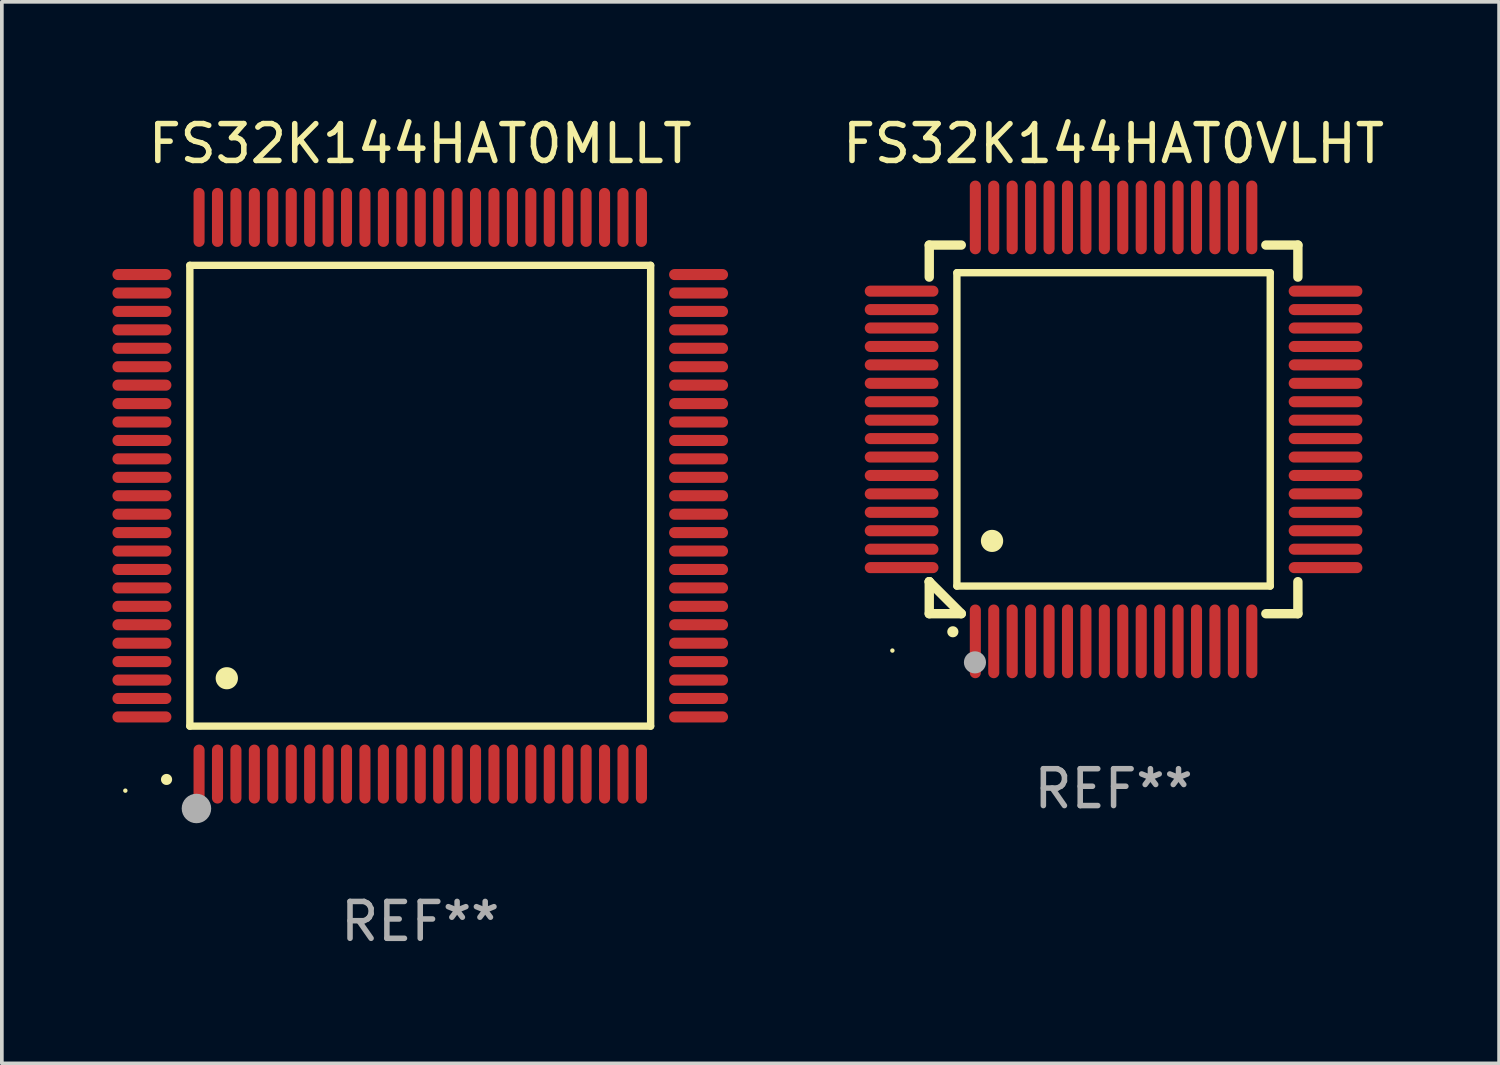
<source format=kicad_pcb>
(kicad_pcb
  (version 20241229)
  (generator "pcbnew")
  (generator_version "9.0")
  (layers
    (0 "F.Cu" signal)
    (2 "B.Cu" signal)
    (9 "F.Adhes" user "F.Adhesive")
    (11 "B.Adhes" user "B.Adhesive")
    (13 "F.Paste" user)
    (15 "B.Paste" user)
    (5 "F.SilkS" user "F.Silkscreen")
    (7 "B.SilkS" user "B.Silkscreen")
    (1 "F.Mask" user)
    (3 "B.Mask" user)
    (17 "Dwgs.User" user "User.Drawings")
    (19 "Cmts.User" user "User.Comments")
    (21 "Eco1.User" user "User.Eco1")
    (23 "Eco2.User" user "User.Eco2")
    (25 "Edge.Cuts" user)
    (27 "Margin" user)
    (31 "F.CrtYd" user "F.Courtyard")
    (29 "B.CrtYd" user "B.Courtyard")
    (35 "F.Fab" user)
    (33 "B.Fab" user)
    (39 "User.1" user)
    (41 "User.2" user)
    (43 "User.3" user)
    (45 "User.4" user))
  (footprint "FS32K144HAT0MLLT"
    (layer "F.Cu")
    (at 8.35 10.398)
    (property "Reference" "FS32K144HAT0MLLT" (at 0 -9.55 0) (layer "F.SilkS") (effects (font (size 1 1) (thickness 0.15))))
    (attr through_hole)
    (fp_line (start -6.25 -6.25) (end -6.25 6.25) (stroke (width 0.2) (type solid)) (layer "F.SilkS"))
    (fp_line (start -6.25 6.25) (end 6.25 6.25) (stroke (width 0.2) (type solid)) (layer "F.SilkS"))
    (fp_line (start 6.25 -6.25) (end -6.25 -6.25) (stroke (width 0.2) (type solid)) (layer "F.SilkS"))
    (fp_line (start 6.25 6.25) (end 6.25 -6.25) (stroke (width 0.2) (type solid)) (layer "F.SilkS"))
    (fp_arc (start -6.883414 7.696215) (mid -6.882144 7.69621) (end -6.880874 7.696215) (stroke (width 0.3) (type solid)) (layer "F.SilkS"))
    (fp_arc (start -5.250191 4.95047) (mid -5.247651 4.950459) (end -5.245111 4.95047) (stroke (width 0.6) (type solid)) (layer "F.SilkS"))
    (fp_circle (center -8 8) (end -7.97 8) (stroke (width 0.06) (type solid)) (fill no) (layer "F.SilkS"))
    (fp_circle (center -6.071 8.484) (end -5.871 8.484) (stroke (width 0.4) (type solid)) (fill no) (layer "F.Fab"))
    (fp_text user "REF**" (at 0 11.55 0) (layer "F.Fab") (effects (font (size 1 1) (thickness 0.15))))
    (pad "1" smd oval (at -6 7.55) (size 0.3 1.6) (layers "F.Cu" "F.Mask" "F.Paste"))
    (pad "2" smd oval (at -5.5 7.55) (size 0.3 1.6) (layers "F.Cu" "F.Mask" "F.Paste"))
    (pad "3" smd oval (at -5 7.55) (size 0.3 1.6) (layers "F.Cu" "F.Mask" "F.Paste"))
    (pad "4" smd oval (at -4.5 7.55) (size 0.3 1.6) (layers "F.Cu" "F.Mask" "F.Paste"))
    (pad "5" smd oval (at -4 7.55) (size 0.3 1.6) (layers "F.Cu" "F.Mask" "F.Paste"))
    (pad "6" smd oval (at -3.5 7.55) (size 0.3 1.6) (layers "F.Cu" "F.Mask" "F.Paste"))
    (pad "7" smd oval (at -3 7.55) (size 0.3 1.6) (layers "F.Cu" "F.Mask" "F.Paste"))
    (pad "8" smd oval (at -2.5 7.55) (size 0.3 1.6) (layers "F.Cu" "F.Mask" "F.Paste"))
    (pad "9" smd oval (at -2 7.55) (size 0.3 1.6) (layers "F.Cu" "F.Mask" "F.Paste"))
    (pad "10" smd oval (at -1.5 7.55) (size 0.3 1.6) (layers "F.Cu" "F.Mask" "F.Paste"))
    (pad "11" smd oval (at -1 7.55) (size 0.3 1.6) (layers "F.Cu" "F.Mask" "F.Paste"))
    (pad "12" smd oval (at -0.5 7.55) (size 0.3 1.6) (layers "F.Cu" "F.Mask" "F.Paste"))
    (pad "13" smd oval (at 0 7.55) (size 0.3 1.6) (layers "F.Cu" "F.Mask" "F.Paste"))
    (pad "14" smd oval (at 0.5 7.55) (size 0.3 1.6) (layers "F.Cu" "F.Mask" "F.Paste"))
    (pad "15" smd oval (at 1 7.55) (size 0.3 1.6) (layers "F.Cu" "F.Mask" "F.Paste"))
    (pad "16" smd oval (at 1.5 7.55) (size 0.3 1.6) (layers "F.Cu" "F.Mask" "F.Paste"))
    (pad "17" smd oval (at 2 7.55) (size 0.3 1.6) (layers "F.Cu" "F.Mask" "F.Paste"))
    (pad "18" smd oval (at 2.5 7.55) (size 0.3 1.6) (layers "F.Cu" "F.Mask" "F.Paste"))
    (pad "19" smd oval (at 3 7.55) (size 0.3 1.6) (layers "F.Cu" "F.Mask" "F.Paste"))
    (pad "20" smd oval (at 3.5 7.55) (size 0.3 1.6) (layers "F.Cu" "F.Mask" "F.Paste"))
    (pad "21" smd oval (at 4 7.55) (size 0.3 1.6) (layers "F.Cu" "F.Mask" "F.Paste"))
    (pad "22" smd oval (at 4.5 7.55) (size 0.3 1.6) (layers "F.Cu" "F.Mask" "F.Paste"))
    (pad "23" smd oval (at 5 7.55) (size 0.3 1.6) (layers "F.Cu" "F.Mask" "F.Paste"))
    (pad "24" smd oval (at 5.5 7.55) (size 0.3 1.6) (layers "F.Cu" "F.Mask" "F.Paste"))
    (pad "25" smd oval (at 6 7.55) (size 0.3 1.6) (layers "F.Cu" "F.Mask" "F.Paste"))
    (pad "26" smd oval (at 7.55 6) (size 1.6 0.3) (layers "F.Cu" "F.Mask" "F.Paste"))
    (pad "27" smd oval (at 7.55 5.5) (size 1.6 0.3) (layers "F.Cu" "F.Mask" "F.Paste"))
    (pad "28" smd oval (at 7.55 5) (size 1.6 0.3) (layers "F.Cu" "F.Mask" "F.Paste"))
    (pad "29" smd oval (at 7.55 4.5) (size 1.6 0.3) (layers "F.Cu" "F.Mask" "F.Paste"))
    (pad "30" smd oval (at 7.55 4) (size 1.6 0.3) (layers "F.Cu" "F.Mask" "F.Paste"))
    (pad "31" smd oval (at 7.55 3.5) (size 1.6 0.3) (layers "F.Cu" "F.Mask" "F.Paste"))
    (pad "32" smd oval (at 7.55 3) (size 1.6 0.3) (layers "F.Cu" "F.Mask" "F.Paste"))
    (pad "33" smd oval (at 7.55 2.5) (size 1.6 0.3) (layers "F.Cu" "F.Mask" "F.Paste"))
    (pad "34" smd oval (at 7.55 2) (size 1.6 0.3) (layers "F.Cu" "F.Mask" "F.Paste"))
    (pad "35" smd oval (at 7.55 1.5) (size 1.6 0.3) (layers "F.Cu" "F.Mask" "F.Paste"))
    (pad "36" smd oval (at 7.55 1) (size 1.6 0.3) (layers "F.Cu" "F.Mask" "F.Paste"))
    (pad "37" smd oval (at 7.55 0.5) (size 1.6 0.3) (layers "F.Cu" "F.Mask" "F.Paste"))
    (pad "38" smd oval (at 7.55 0) (size 1.6 0.3) (layers "F.Cu" "F.Mask" "F.Paste"))
    (pad "39" smd oval (at 7.55 -0.5) (size 1.6 0.3) (layers "F.Cu" "F.Mask" "F.Paste"))
    (pad "40" smd oval (at 7.55 -1) (size 1.6 0.3) (layers "F.Cu" "F.Mask" "F.Paste"))
    (pad "41" smd oval (at 7.55 -1.5) (size 1.6 0.3) (layers "F.Cu" "F.Mask" "F.Paste"))
    (pad "42" smd oval (at 7.55 -2) (size 1.6 0.3) (layers "F.Cu" "F.Mask" "F.Paste"))
    (pad "43" smd oval (at 7.55 -2.5) (size 1.6 0.3) (layers "F.Cu" "F.Mask" "F.Paste"))
    (pad "44" smd oval (at 7.55 -3) (size 1.6 0.3) (layers "F.Cu" "F.Mask" "F.Paste"))
    (pad "45" smd oval (at 7.55 -3.5) (size 1.6 0.3) (layers "F.Cu" "F.Mask" "F.Paste"))
    (pad "46" smd oval (at 7.55 -4) (size 1.6 0.3) (layers "F.Cu" "F.Mask" "F.Paste"))
    (pad "47" smd oval (at 7.55 -4.5) (size 1.6 0.3) (layers "F.Cu" "F.Mask" "F.Paste"))
    (pad "48" smd oval (at 7.55 -5) (size 1.6 0.3) (layers "F.Cu" "F.Mask" "F.Paste"))
    (pad "49" smd oval (at 7.55 -5.5) (size 1.6 0.3) (layers "F.Cu" "F.Mask" "F.Paste"))
    (pad "50" smd oval (at 7.55 -6) (size 1.6 0.3) (layers "F.Cu" "F.Mask" "F.Paste"))
    (pad "51" smd oval (at 6 -7.55) (size 0.3 1.6) (layers "F.Cu" "F.Mask" "F.Paste"))
    (pad "52" smd oval (at 5.5 -7.55) (size 0.3 1.6) (layers "F.Cu" "F.Mask" "F.Paste"))
    (pad "53" smd oval (at 5 -7.55) (size 0.3 1.6) (layers "F.Cu" "F.Mask" "F.Paste"))
    (pad "54" smd oval (at 4.5 -7.55) (size 0.3 1.6) (layers "F.Cu" "F.Mask" "F.Paste"))
    (pad "55" smd oval (at 4 -7.55) (size 0.3 1.6) (layers "F.Cu" "F.Mask" "F.Paste"))
    (pad "56" smd oval (at 3.5 -7.55) (size 0.3 1.6) (layers "F.Cu" "F.Mask" "F.Paste"))
    (pad "57" smd oval (at 3 -7.55) (size 0.3 1.6) (layers "F.Cu" "F.Mask" "F.Paste"))
    (pad "58" smd oval (at 2.5 -7.55) (size 0.3 1.6) (layers "F.Cu" "F.Mask" "F.Paste"))
    (pad "59" smd oval (at 2 -7.55) (size 0.3 1.6) (layers "F.Cu" "F.Mask" "F.Paste"))
    (pad "60" smd oval (at 1.5 -7.55) (size 0.3 1.6) (layers "F.Cu" "F.Mask" "F.Paste"))
    (pad "61" smd oval (at 1 -7.55) (size 0.3 1.6) (layers "F.Cu" "F.Mask" "F.Paste"))
    (pad "62" smd oval (at 0.5 -7.55) (size 0.3 1.6) (layers "F.Cu" "F.Mask" "F.Paste"))
    (pad "63" smd oval (at 0 -7.55) (size 0.3 1.6) (layers "F.Cu" "F.Mask" "F.Paste"))
    (pad "64" smd oval (at -0.5 -7.55) (size 0.3 1.6) (layers "F.Cu" "F.Mask" "F.Paste"))
    (pad "65" smd oval (at -1 -7.55) (size 0.3 1.6) (layers "F.Cu" "F.Mask" "F.Paste"))
    (pad "66" smd oval (at -1.5 -7.55) (size 0.3 1.6) (layers "F.Cu" "F.Mask" "F.Paste"))
    (pad "67" smd oval (at -2 -7.55) (size 0.3 1.6) (layers "F.Cu" "F.Mask" "F.Paste"))
    (pad "68" smd oval (at -2.5 -7.55) (size 0.3 1.6) (layers "F.Cu" "F.Mask" "F.Paste"))
    (pad "69" smd oval (at -3 -7.55) (size 0.3 1.6) (layers "F.Cu" "F.Mask" "F.Paste"))
    (pad "70" smd oval (at -3.5 -7.55) (size 0.3 1.6) (layers "F.Cu" "F.Mask" "F.Paste"))
    (pad "71" smd oval (at -4 -7.55) (size 0.3 1.6) (layers "F.Cu" "F.Mask" "F.Paste"))
    (pad "72" smd oval (at -4.5 -7.55) (size 0.3 1.6) (layers "F.Cu" "F.Mask" "F.Paste"))
    (pad "73" smd oval (at -5 -7.55) (size 0.3 1.6) (layers "F.Cu" "F.Mask" "F.Paste"))
    (pad "74" smd oval (at -5.5 -7.55) (size 0.3 1.6) (layers "F.Cu" "F.Mask" "F.Paste"))
    (pad "75" smd oval (at -6 -7.55) (size 0.3 1.6) (layers "F.Cu" "F.Mask" "F.Paste"))
    (pad "76" smd oval (at -7.55 -6) (size 1.6 0.3) (layers "F.Cu" "F.Mask" "F.Paste"))
    (pad "77" smd oval (at -7.55 -5.5) (size 1.6 0.3) (layers "F.Cu" "F.Mask" "F.Paste"))
    (pad "78" smd oval (at -7.55 -5) (size 1.6 0.3) (layers "F.Cu" "F.Mask" "F.Paste"))
    (pad "79" smd oval (at -7.55 -4.5) (size 1.6 0.3) (layers "F.Cu" "F.Mask" "F.Paste"))
    (pad "80" smd oval (at -7.55 -4) (size 1.6 0.3) (layers "F.Cu" "F.Mask" "F.Paste"))
    (pad "81" smd oval (at -7.55 -3.5) (size 1.6 0.3) (layers "F.Cu" "F.Mask" "F.Paste"))
    (pad "82" smd oval (at -7.55 -3) (size 1.6 0.3) (layers "F.Cu" "F.Mask" "F.Paste"))
    (pad "83" smd oval (at -7.55 -2.5) (size 1.6 0.3) (layers "F.Cu" "F.Mask" "F.Paste"))
    (pad "84" smd oval (at -7.55 -2) (size 1.6 0.3) (layers "F.Cu" "F.Mask" "F.Paste"))
    (pad "85" smd oval (at -7.55 -1.5) (size 1.6 0.3) (layers "F.Cu" "F.Mask" "F.Paste"))
    (pad "86" smd oval (at -7.55 -1) (size 1.6 0.3) (layers "F.Cu" "F.Mask" "F.Paste"))
    (pad "87" smd oval (at -7.55 -0.5) (size 1.6 0.3) (layers "F.Cu" "F.Mask" "F.Paste"))
    (pad "88" smd oval (at -7.55 0) (size 1.6 0.3) (layers "F.Cu" "F.Mask" "F.Paste"))
    (pad "89" smd oval (at -7.55 0.5) (size 1.6 0.3) (layers "F.Cu" "F.Mask" "F.Paste"))
    (pad "90" smd oval (at -7.55 1) (size 1.6 0.3) (layers "F.Cu" "F.Mask" "F.Paste"))
    (pad "91" smd oval (at -7.55 1.5) (size 1.6 0.3) (layers "F.Cu" "F.Mask" "F.Paste"))
    (pad "92" smd oval (at -7.55 2) (size 1.6 0.3) (layers "F.Cu" "F.Mask" "F.Paste"))
    (pad "93" smd oval (at -7.55 2.5) (size 1.6 0.3) (layers "F.Cu" "F.Mask" "F.Paste"))
    (pad "94" smd oval (at -7.55 3) (size 1.6 0.3) (layers "F.Cu" "F.Mask" "F.Paste"))
    (pad "95" smd oval (at -7.55 3.5) (size 1.6 0.3) (layers "F.Cu" "F.Mask" "F.Paste"))
    (pad "96" smd oval (at -7.55 4) (size 1.6 0.3) (layers "F.Cu" "F.Mask" "F.Paste"))
    (pad "97" smd oval (at -7.55 4.5) (size 1.6 0.3) (layers "F.Cu" "F.Mask" "F.Paste"))
    (pad "98" smd oval (at -7.55 5) (size 1.6 0.3) (layers "F.Cu" "F.Mask" "F.Paste"))
    (pad "99" smd oval (at -7.55 5.5) (size 1.6 0.3) (layers "F.Cu" "F.Mask" "F.Paste"))
    (pad "100" smd oval (at -7.55 6) (size 1.6 0.3) (layers "F.Cu" "F.Mask" "F.Paste")))
  (footprint "FS32K144HAT0VLHT"
    (layer "F.Cu")
    (at 27.158 8.598)
    (property "Reference" "FS32K144HAT0VLHT" (at 0 -7.75 0) (layer "F.SilkS") (effects (font (size 1 1) (thickness 0.15))))
    (attr through_hole)
    (fp_line (start -5 -5) (end -4.131 -5) (stroke (width 0.254) (type solid)) (layer "F.SilkS"))
    (fp_line (start -5 -4.131) (end -5 -5) (stroke (width 0.254) (type solid)) (layer "F.SilkS"))
    (fp_line (start -5 4.131) (end -5 4.131) (stroke (width 0.254) (type solid)) (layer "F.SilkS"))
    (fp_line (start -5 5) (end -5 4.131) (stroke (width 0.254) (type solid)) (layer "F.SilkS"))
    (fp_line (start -5 4.131) (end -4.131 5) (stroke (width 0.254) (type solid)) (layer "F.SilkS"))
    (fp_line (start -4.25 -4.25) (end -4.25 4.25) (stroke (width 0.2) (type solid)) (layer "F.SilkS"))
    (fp_line (start -4.25 4.25) (end 4.25 4.25) (stroke (width 0.2) (type solid)) (layer "F.SilkS"))
    (fp_line (start -4.131 5) (end -5 5) (stroke (width 0.254) (type solid)) (layer "F.SilkS"))
    (fp_line (start 4.25 -4.25) (end -4.25 -4.25) (stroke (width 0.2) (type solid)) (layer "F.SilkS"))
    (fp_line (start 4.25 4.25) (end 4.25 -4.25) (stroke (width 0.2) (type solid)) (layer "F.SilkS"))
    (fp_line (start 5 -5) (end 4.131 -5) (stroke (width 0.254) (type solid)) (layer "F.SilkS"))
    (fp_line (start 5 -5) (end 5 -4.131) (stroke (width 0.254) (type solid)) (layer "F.SilkS"))
    (fp_line (start 5 4.131) (end 5 5) (stroke (width 0.254) (type solid)) (layer "F.SilkS"))
    (fp_line (start 5 5) (end 4.131 5) (stroke (width 0.254) (type solid)) (layer "F.SilkS"))
    (fp_arc (start -4.361265 5.489992) (mid -4.359995 5.489987) (end -4.358725 5.489992) (stroke (width 0.3) (type solid)) (layer "F.SilkS"))
    (fp_arc (start -3.299467 3.025146) (mid -3.296927 3.025135) (end -3.294387 3.025146) (stroke (width 0.6) (type solid)) (layer "F.SilkS"))
    (fp_circle (center -6 6) (end -5.97 6) (stroke (width 0.06) (type solid)) (fill no) (layer "F.SilkS"))
    (fp_circle (center -3.76 6.32) (end -3.61 6.32) (stroke (width 0.3) (type solid)) (fill no) (layer "F.Fab"))
    (fp_text user "REF**" (at 0 9.75 0) (layer "F.Fab") (effects (font (size 1 1) (thickness 0.15))))
    (pad "1" smd oval (at -3.75 5.75) (size 0.3 2) (layers "F.Cu" "F.Mask" "F.Paste"))
    (pad "2" smd oval (at -3.25 5.75) (size 0.3 2) (layers "F.Cu" "F.Mask" "F.Paste"))
    (pad "3" smd oval (at -2.75 5.75) (size 0.3 2) (layers "F.Cu" "F.Mask" "F.Paste"))
    (pad "4" smd oval (at -2.25 5.75) (size 0.3 2) (layers "F.Cu" "F.Mask" "F.Paste"))
    (pad "5" smd oval (at -1.75 5.75) (size 0.3 2) (layers "F.Cu" "F.Mask" "F.Paste"))
    (pad "6" smd oval (at -1.25 5.75) (size 0.3 2) (layers "F.Cu" "F.Mask" "F.Paste"))
    (pad "7" smd oval (at -0.75 5.75) (size 0.3 2) (layers "F.Cu" "F.Mask" "F.Paste"))
    (pad "8" smd oval (at -0.25 5.75) (size 0.3 2) (layers "F.Cu" "F.Mask" "F.Paste"))
    (pad "9" smd oval (at 0.25 5.75) (size 0.3 2) (layers "F.Cu" "F.Mask" "F.Paste"))
    (pad "10" smd oval (at 0.75 5.75) (size 0.3 2) (layers "F.Cu" "F.Mask" "F.Paste"))
    (pad "11" smd oval (at 1.25 5.75) (size 0.3 2) (layers "F.Cu" "F.Mask" "F.Paste"))
    (pad "12" smd oval (at 1.75 5.75) (size 0.3 2) (layers "F.Cu" "F.Mask" "F.Paste"))
    (pad "13" smd oval (at 2.25 5.75) (size 0.3 2) (layers "F.Cu" "F.Mask" "F.Paste"))
    (pad "14" smd oval (at 2.75 5.75) (size 0.3 2) (layers "F.Cu" "F.Mask" "F.Paste"))
    (pad "15" smd oval (at 3.25 5.75) (size 0.3 2) (layers "F.Cu" "F.Mask" "F.Paste"))
    (pad "16" smd oval (at 3.75 5.75) (size 0.3 2) (layers "F.Cu" "F.Mask" "F.Paste"))
    (pad "17" smd oval (at 5.75 3.75) (size 2 0.3) (layers "F.Cu" "F.Mask" "F.Paste"))
    (pad "18" smd oval (at 5.75 3.25) (size 2 0.3) (layers "F.Cu" "F.Mask" "F.Paste"))
    (pad "19" smd oval (at 5.75 2.75) (size 2 0.3) (layers "F.Cu" "F.Mask" "F.Paste"))
    (pad "20" smd oval (at 5.75 2.25) (size 2 0.3) (layers "F.Cu" "F.Mask" "F.Paste"))
    (pad "21" smd oval (at 5.75 1.75) (size 2 0.3) (layers "F.Cu" "F.Mask" "F.Paste"))
    (pad "22" smd oval (at 5.75 1.25) (size 2 0.3) (layers "F.Cu" "F.Mask" "F.Paste"))
    (pad "23" smd oval (at 5.75 0.75) (size 2 0.3) (layers "F.Cu" "F.Mask" "F.Paste"))
    (pad "24" smd oval (at 5.75 0.25) (size 2 0.3) (layers "F.Cu" "F.Mask" "F.Paste"))
    (pad "25" smd oval (at 5.75 -0.25) (size 2 0.3) (layers "F.Cu" "F.Mask" "F.Paste"))
    (pad "26" smd oval (at 5.75 -0.75) (size 2 0.3) (layers "F.Cu" "F.Mask" "F.Paste"))
    (pad "27" smd oval (at 5.75 -1.25) (size 2 0.3) (layers "F.Cu" "F.Mask" "F.Paste"))
    (pad "28" smd oval (at 5.75 -1.75) (size 2 0.3) (layers "F.Cu" "F.Mask" "F.Paste"))
    (pad "29" smd oval (at 5.75 -2.25) (size 2 0.3) (layers "F.Cu" "F.Mask" "F.Paste"))
    (pad "30" smd oval (at 5.75 -2.75) (size 2 0.3) (layers "F.Cu" "F.Mask" "F.Paste"))
    (pad "31" smd oval (at 5.75 -3.25) (size 2 0.3) (layers "F.Cu" "F.Mask" "F.Paste"))
    (pad "32" smd oval (at 5.75 -3.75) (size 2 0.3) (layers "F.Cu" "F.Mask" "F.Paste"))
    (pad "33" smd oval (at 3.75 -5.75) (size 0.3 2) (layers "F.Cu" "F.Mask" "F.Paste"))
    (pad "34" smd oval (at 3.25 -5.75) (size 0.3 2) (layers "F.Cu" "F.Mask" "F.Paste"))
    (pad "35" smd oval (at 2.75 -5.75) (size 0.3 2) (layers "F.Cu" "F.Mask" "F.Paste"))
    (pad "36" smd oval (at 2.25 -5.75) (size 0.3 2) (layers "F.Cu" "F.Mask" "F.Paste"))
    (pad "37" smd oval (at 1.75 -5.75) (size 0.3 2) (layers "F.Cu" "F.Mask" "F.Paste"))
    (pad "38" smd oval (at 1.25 -5.75) (size 0.3 2) (layers "F.Cu" "F.Mask" "F.Paste"))
    (pad "39" smd oval (at 0.75 -5.75) (size 0.3 2) (layers "F.Cu" "F.Mask" "F.Paste"))
    (pad "40" smd oval (at 0.25 -5.75) (size 0.3 2) (layers "F.Cu" "F.Mask" "F.Paste"))
    (pad "41" smd oval (at -0.25 -5.75) (size 0.3 2) (layers "F.Cu" "F.Mask" "F.Paste"))
    (pad "42" smd oval (at -0.75 -5.75) (size 0.3 2) (layers "F.Cu" "F.Mask" "F.Paste"))
    (pad "43" smd oval (at -1.25 -5.75) (size 0.3 2) (layers "F.Cu" "F.Mask" "F.Paste"))
    (pad "44" smd oval (at -1.75 -5.75) (size 0.3 2) (layers "F.Cu" "F.Mask" "F.Paste"))
    (pad "45" smd oval (at -2.25 -5.75) (size 0.3 2) (layers "F.Cu" "F.Mask" "F.Paste"))
    (pad "46" smd oval (at -2.75 -5.75) (size 0.3 2) (layers "F.Cu" "F.Mask" "F.Paste"))
    (pad "47" smd oval (at -3.25 -5.75) (size 0.3 2) (layers "F.Cu" "F.Mask" "F.Paste"))
    (pad "48" smd oval (at -3.75 -5.75) (size 0.3 2) (layers "F.Cu" "F.Mask" "F.Paste"))
    (pad "49" smd oval (at -5.75 -3.75) (size 2 0.3) (layers "F.Cu" "F.Mask" "F.Paste"))
    (pad "50" smd oval (at -5.75 -3.25) (size 2 0.3) (layers "F.Cu" "F.Mask" "F.Paste"))
    (pad "51" smd oval (at -5.75 -2.75) (size 2 0.3) (layers "F.Cu" "F.Mask" "F.Paste"))
    (pad "52" smd oval (at -5.75 -2.25) (size 2 0.3) (layers "F.Cu" "F.Mask" "F.Paste"))
    (pad "53" smd oval (at -5.75 -1.75) (size 2 0.3) (layers "F.Cu" "F.Mask" "F.Paste"))
    (pad "54" smd oval (at -5.75 -1.25) (size 2 0.3) (layers "F.Cu" "F.Mask" "F.Paste"))
    (pad "55" smd oval (at -5.75 -0.75) (size 2 0.3) (layers "F.Cu" "F.Mask" "F.Paste"))
    (pad "56" smd oval (at -5.75 -0.25) (size 2 0.3) (layers "F.Cu" "F.Mask" "F.Paste"))
    (pad "57" smd oval (at -5.75 0.25) (size 2 0.3) (layers "F.Cu" "F.Mask" "F.Paste"))
    (pad "58" smd oval (at -5.75 0.75) (size 2 0.3) (layers "F.Cu" "F.Mask" "F.Paste"))
    (pad "59" smd oval (at -5.75 1.25) (size 2 0.3) (layers "F.Cu" "F.Mask" "F.Paste"))
    (pad "60" smd oval (at -5.75 1.75) (size 2 0.3) (layers "F.Cu" "F.Mask" "F.Paste"))
    (pad "61" smd oval (at -5.75 2.25) (size 2 0.3) (layers "F.Cu" "F.Mask" "F.Paste"))
    (pad "62" smd oval (at -5.75 2.75) (size 2 0.3) (layers "F.Cu" "F.Mask" "F.Paste"))
    (pad "63" smd oval (at -5.75 3.25) (size 2 0.3) (layers "F.Cu" "F.Mask" "F.Paste"))
    (pad "64" smd oval (at -5.75 3.75) (size 2 0.3) (layers "F.Cu" "F.Mask" "F.Paste")))
  (gr_rect
    (start -3 -3)
    (end 37.616 25.796)
    (stroke (width 0.1) (type default))
    (fill no)
    (layer "Edge.Cuts")))
</source>
